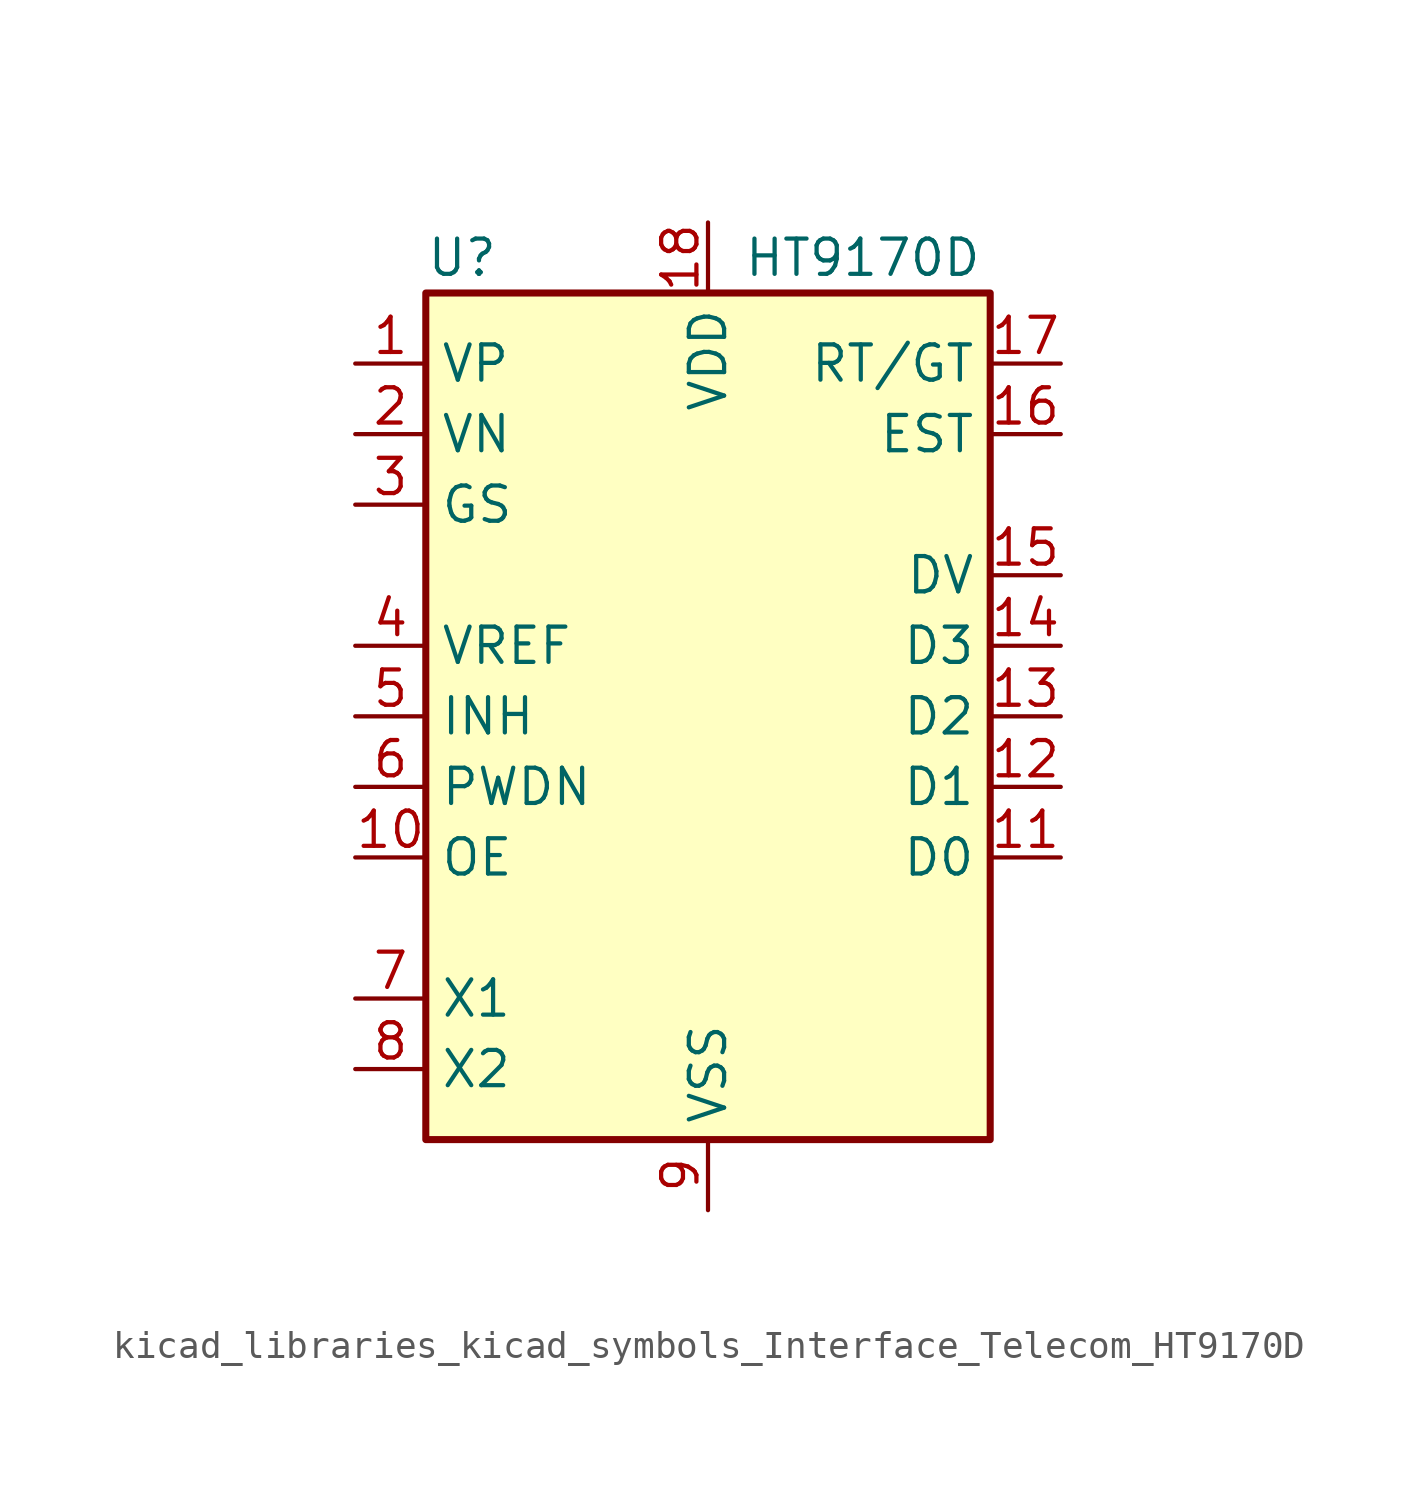
<source format=kicad_sym>
(kicad_symbol_lib
  (version 20220914)
  (generator kicad_symbol_editor)
  (symbol "kicad_libraries_kicad_symbols_Interface_Telecom_HT9170D"
    (property "Reference" "U"
      (at -10.16 16.51 0)
      (effects (font (size 1.27 1.27)) (justify left)))
    (property "Value" "HT9170D"
      (at 1.27 16.51 0)
      (effects (font (size 1.27 1.27)) (justify left)))
    (symbol "kicad_libraries_kicad_symbols_Interface_Telecom_HT9170D_0_1"
      (rectangle (start -10.16 15.24) (end 10.16 -15.24) (stroke (width 0.254) (type default)) (fill (type background))))
    (symbol "kicad_libraries_kicad_symbols_Interface_Telecom_HT9170D_1_1"
      (pin input line (at -12.7 12.7 0) (length 2.54) (name "VP" (effects (font (size 1.27 1.27)))) (number "1" (effects (font (size 1.27 1.27)))))
      (pin input line (at -12.7 -5.08 0) (length 2.54) (name "OE" (effects (font (size 1.27 1.27)))) (number "10" (effects (font (size 1.27 1.27)))))
      (pin tri_state line (at 12.7 -5.08 180) (length 2.54) (name "D0" (effects (font (size 1.27 1.27)))) (number "11" (effects (font (size 1.27 1.27)))))
      (pin tri_state line (at 12.7 -2.54 180) (length 2.54) (name "D1" (effects (font (size 1.27 1.27)))) (number "12" (effects (font (size 1.27 1.27)))))
      (pin tri_state line (at 12.7 0 180) (length 2.54) (name "D2" (effects (font (size 1.27 1.27)))) (number "13" (effects (font (size 1.27 1.27)))))
      (pin tri_state line (at 12.7 2.54 180) (length 2.54) (name "D3" (effects (font (size 1.27 1.27)))) (number "14" (effects (font (size 1.27 1.27)))))
      (pin output line (at 12.7 5.08 180) (length 2.54) (name "DV" (effects (font (size 1.27 1.27)))) (number "15" (effects (font (size 1.27 1.27)))))
      (pin output line (at 12.7 10.16 180) (length 2.54) (name "EST" (effects (font (size 1.27 1.27)))) (number "16" (effects (font (size 1.27 1.27)))))
      (pin bidirectional line (at 12.7 12.7 180) (length 2.54) (name "RT/GT" (effects (font (size 1.27 1.27)))) (number "17" (effects (font (size 1.27 1.27)))))
      (pin power_in line (at 0 17.78 270) (length 2.54) (name "VDD" (effects (font (size 1.27 1.27)))) (number "18" (effects (font (size 1.27 1.27)))))
      (pin input line (at -12.7 10.16 0) (length 2.54) (name "VN" (effects (font (size 1.27 1.27)))) (number "2" (effects (font (size 1.27 1.27)))))
      (pin output line (at -12.7 7.62 0) (length 2.54) (name "GS" (effects (font (size 1.27 1.27)))) (number "3" (effects (font (size 1.27 1.27)))))
      (pin power_out line (at -12.7 2.54 0) (length 2.54) (name "VREF" (effects (font (size 1.27 1.27)))) (number "4" (effects (font (size 1.27 1.27)))))
      (pin input line (at -12.7 0 0) (length 2.54) (name "INH" (effects (font (size 1.27 1.27)))) (number "5" (effects (font (size 1.27 1.27)))))
      (pin input line (at -12.7 -2.54 0) (length 2.54) (name "PWDN" (effects (font (size 1.27 1.27)))) (number "6" (effects (font (size 1.27 1.27)))))
      (pin input line (at -12.7 -10.16 0) (length 2.54) (name "X1" (effects (font (size 1.27 1.27)))) (number "7" (effects (font (size 1.27 1.27)))))
      (pin output line (at -12.7 -12.7 0) (length 2.54) (name "X2" (effects (font (size 1.27 1.27)))) (number "8" (effects (font (size 1.27 1.27)))))
      (pin power_in line (at 0 -17.78 90) (length 2.54) (name "VSS" (effects (font (size 1.27 1.27)))) (number "9" (effects (font (size 1.27 1.27))))))))
</source>
